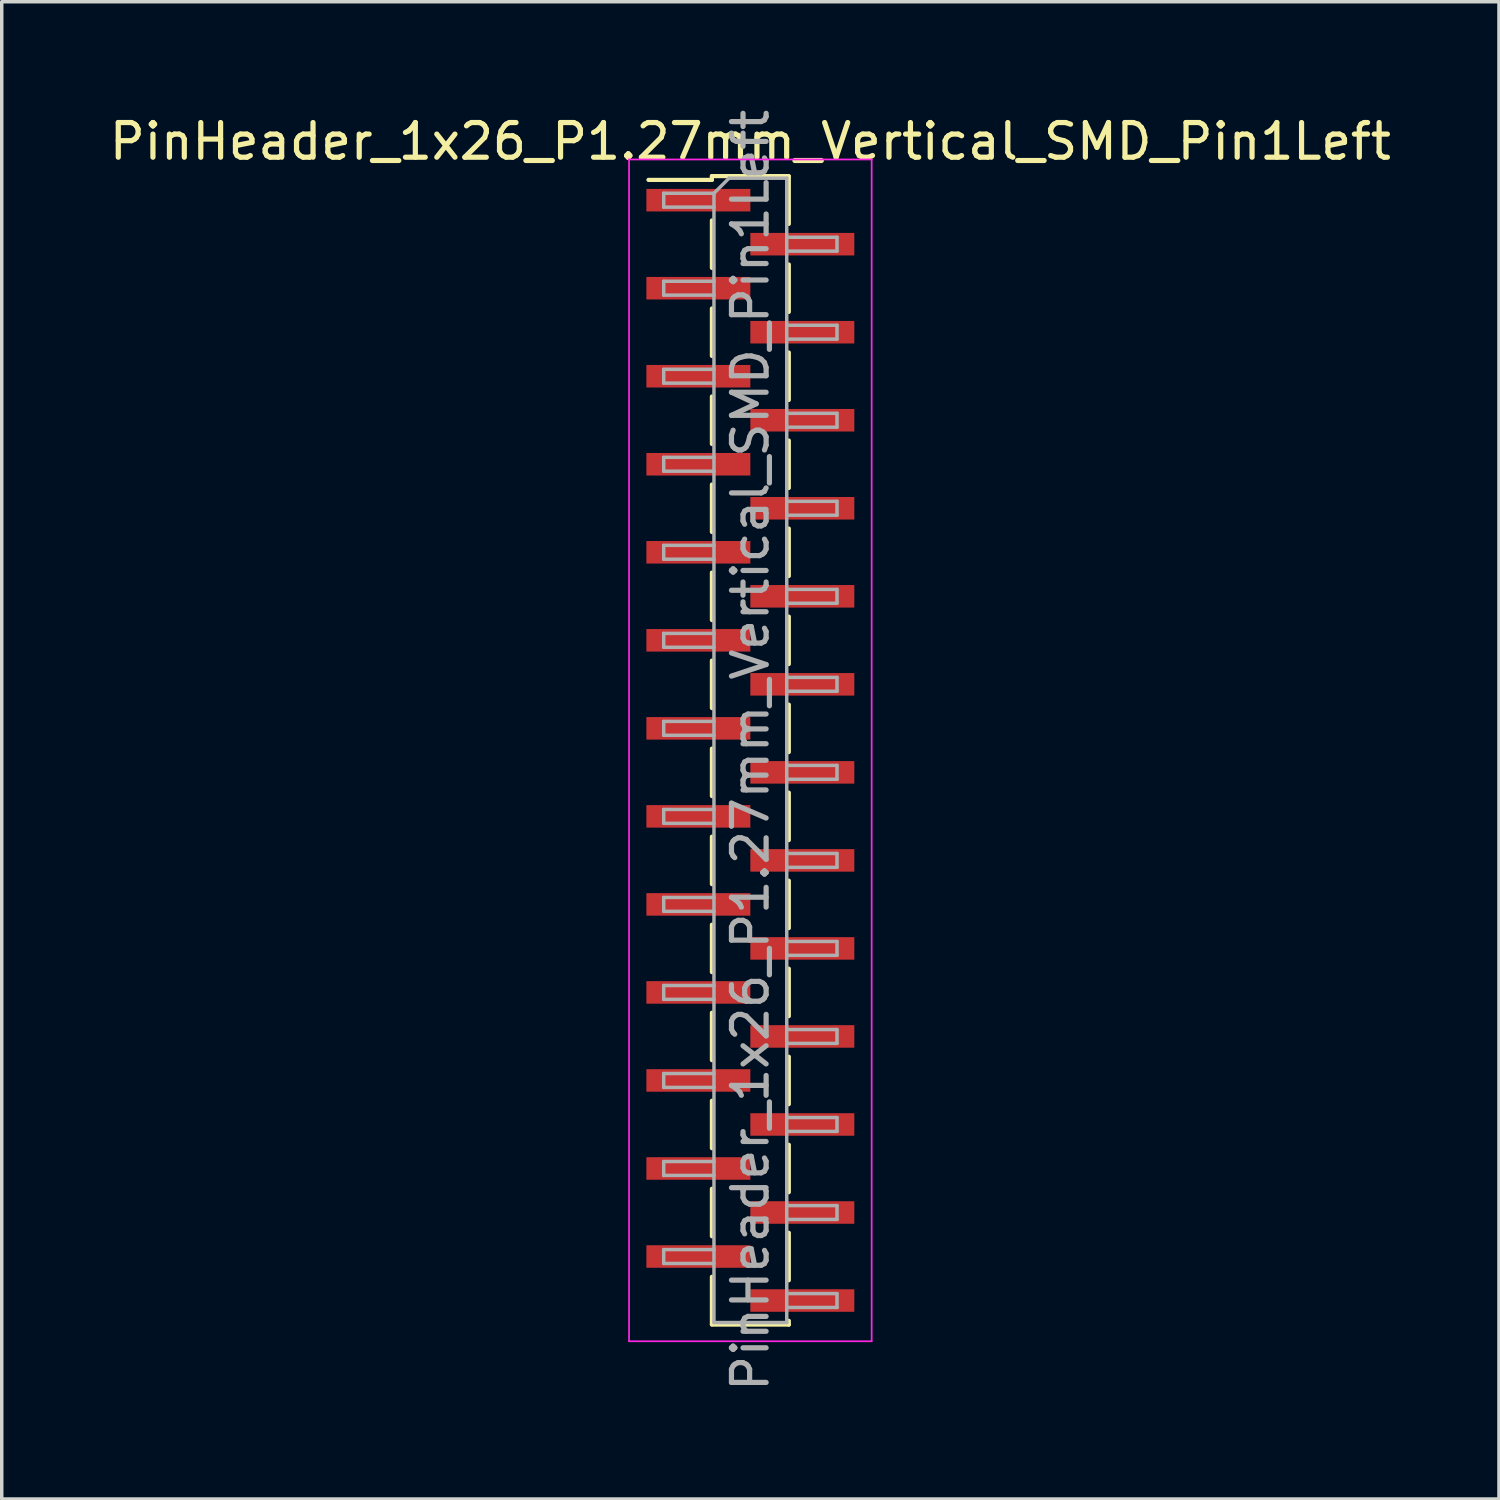
<source format=kicad_pcb>
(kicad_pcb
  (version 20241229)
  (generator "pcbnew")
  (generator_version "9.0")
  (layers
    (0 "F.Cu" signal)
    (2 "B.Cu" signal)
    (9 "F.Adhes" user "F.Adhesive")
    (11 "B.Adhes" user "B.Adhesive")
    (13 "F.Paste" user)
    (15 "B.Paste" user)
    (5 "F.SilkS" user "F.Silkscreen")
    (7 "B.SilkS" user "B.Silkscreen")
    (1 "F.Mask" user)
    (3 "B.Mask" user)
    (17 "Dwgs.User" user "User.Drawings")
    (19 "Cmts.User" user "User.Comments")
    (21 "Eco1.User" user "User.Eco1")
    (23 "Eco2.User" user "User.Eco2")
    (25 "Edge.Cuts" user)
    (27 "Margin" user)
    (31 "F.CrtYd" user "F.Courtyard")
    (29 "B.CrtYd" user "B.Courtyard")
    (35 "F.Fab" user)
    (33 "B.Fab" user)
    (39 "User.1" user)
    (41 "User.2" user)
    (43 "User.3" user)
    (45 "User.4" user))
  (footprint "PinHeader_1x26_P1.27mm_Vertical_SMD_Pin1Left"
    (layer "F.Cu")
    (at 18.601 18.601)
    (property "Reference" "PinHeader_1x26_P1.27mm_Vertical_SMD_Pin1Left" (at 0 -17.57 0) (layer "F.SilkS") (effects (font (size 1 1) (thickness 0.15))))
    (attr smd)
    (fp_line (start -1.11 -16.57) (end -1.11 -16.46) (stroke (width 0.12) (type solid)) (layer "F.SilkS"))
    (fp_line (start -1.11 -16.57) (end 1.11 -16.57) (stroke (width 0.12) (type solid)) (layer "F.SilkS"))
    (fp_line (start -1.11 -16.46) (end -2.94 -16.46) (stroke (width 0.12) (type solid)) (layer "F.SilkS"))
    (fp_line (start -1.11 -15.29) (end -1.11 -13.92) (stroke (width 0.12) (type solid)) (layer "F.SilkS"))
    (fp_line (start -1.11 -12.75) (end -1.11 -11.38) (stroke (width 0.12) (type solid)) (layer "F.SilkS"))
    (fp_line (start -1.11 -10.21) (end -1.11 -8.84) (stroke (width 0.12) (type solid)) (layer "F.SilkS"))
    (fp_line (start -1.11 -7.67) (end -1.11 -6.3) (stroke (width 0.12) (type solid)) (layer "F.SilkS"))
    (fp_line (start -1.11 -5.13) (end -1.11 -3.76) (stroke (width 0.12) (type solid)) (layer "F.SilkS"))
    (fp_line (start -1.11 -2.59) (end -1.11 -1.22) (stroke (width 0.12) (type solid)) (layer "F.SilkS"))
    (fp_line (start -1.11 -0.05) (end -1.11 1.32) (stroke (width 0.12) (type solid)) (layer "F.SilkS"))
    (fp_line (start -1.11 2.49) (end -1.11 3.86) (stroke (width 0.12) (type solid)) (layer "F.SilkS"))
    (fp_line (start -1.11 5.03) (end -1.11 6.4) (stroke (width 0.12) (type solid)) (layer "F.SilkS"))
    (fp_line (start -1.11 7.57) (end -1.11 8.94) (stroke (width 0.12) (type solid)) (layer "F.SilkS"))
    (fp_line (start -1.11 10.11) (end -1.11 11.48) (stroke (width 0.12) (type solid)) (layer "F.SilkS"))
    (fp_line (start -1.11 12.65) (end -1.11 14.02) (stroke (width 0.12) (type solid)) (layer "F.SilkS"))
    (fp_line (start -1.11 15.19) (end -1.11 16.56) (stroke (width 0.12) (type solid)) (layer "F.SilkS"))
    (fp_line (start -1.11 16.57) (end 1.11 16.57) (stroke (width 0.12) (type solid)) (layer "F.SilkS"))
    (fp_line (start 1.11 -16.56) (end 1.11 -15.19) (stroke (width 0.12) (type solid)) (layer "F.SilkS"))
    (fp_line (start 1.11 -14.02) (end 1.11 -12.65) (stroke (width 0.12) (type solid)) (layer "F.SilkS"))
    (fp_line (start 1.11 -11.48) (end 1.11 -10.11) (stroke (width 0.12) (type solid)) (layer "F.SilkS"))
    (fp_line (start 1.11 -8.94) (end 1.11 -7.57) (stroke (width 0.12) (type solid)) (layer "F.SilkS"))
    (fp_line (start 1.11 -6.4) (end 1.11 -5.03) (stroke (width 0.12) (type solid)) (layer "F.SilkS"))
    (fp_line (start 1.11 -3.86) (end 1.11 -2.49) (stroke (width 0.12) (type solid)) (layer "F.SilkS"))
    (fp_line (start 1.11 -1.32) (end 1.11 0.05) (stroke (width 0.12) (type solid)) (layer "F.SilkS"))
    (fp_line (start 1.11 1.22) (end 1.11 2.59) (stroke (width 0.12) (type solid)) (layer "F.SilkS"))
    (fp_line (start 1.11 3.76) (end 1.11 5.13) (stroke (width 0.12) (type solid)) (layer "F.SilkS"))
    (fp_line (start 1.11 6.3) (end 1.11 7.67) (stroke (width 0.12) (type solid)) (layer "F.SilkS"))
    (fp_line (start 1.11 8.84) (end 1.11 10.21) (stroke (width 0.12) (type solid)) (layer "F.SilkS"))
    (fp_line (start 1.11 11.38) (end 1.11 12.75) (stroke (width 0.12) (type solid)) (layer "F.SilkS"))
    (fp_line (start 1.11 13.92) (end 1.11 15.29) (stroke (width 0.12) (type solid)) (layer "F.SilkS"))
    (fp_line (start 1.11 16.46) (end 1.11 16.57) (stroke (width 0.12) (type solid)) (layer "F.SilkS"))
    (fp_line (start -3.5 -17.05) (end -3.5 17.05) (stroke (width 0.05) (type solid)) (layer "F.CrtYd"))
    (fp_line (start -3.5 17.05) (end 3.5 17.05) (stroke (width 0.05) (type solid)) (layer "F.CrtYd"))
    (fp_line (start 3.5 -17.05) (end -3.5 -17.05) (stroke (width 0.05) (type solid)) (layer "F.CrtYd"))
    (fp_line (start 3.5 17.05) (end 3.5 -17.05) (stroke (width 0.05) (type solid)) (layer "F.CrtYd"))
    (fp_line (start -2.5 -16.075) (end -2.5 -15.675) (stroke (width 0.1) (type solid)) (layer "F.Fab"))
    (fp_line (start -2.5 -15.675) (end -1.05 -15.675) (stroke (width 0.1) (type solid)) (layer "F.Fab"))
    (fp_line (start -2.5 -13.535) (end -2.5 -13.135) (stroke (width 0.1) (type solid)) (layer "F.Fab"))
    (fp_line (start -2.5 -13.135) (end -1.05 -13.135) (stroke (width 0.1) (type solid)) (layer "F.Fab"))
    (fp_line (start -2.5 -10.995) (end -2.5 -10.595) (stroke (width 0.1) (type solid)) (layer "F.Fab"))
    (fp_line (start -2.5 -10.595) (end -1.05 -10.595) (stroke (width 0.1) (type solid)) (layer "F.Fab"))
    (fp_line (start -2.5 -8.455) (end -2.5 -8.055) (stroke (width 0.1) (type solid)) (layer "F.Fab"))
    (fp_line (start -2.5 -8.055) (end -1.05 -8.055) (stroke (width 0.1) (type solid)) (layer "F.Fab"))
    (fp_line (start -2.5 -5.915) (end -2.5 -5.515) (stroke (width 0.1) (type solid)) (layer "F.Fab"))
    (fp_line (start -2.5 -5.515) (end -1.05 -5.515) (stroke (width 0.1) (type solid)) (layer "F.Fab"))
    (fp_line (start -2.5 -3.375) (end -2.5 -2.975) (stroke (width 0.1) (type solid)) (layer "F.Fab"))
    (fp_line (start -2.5 -2.975) (end -1.05 -2.975) (stroke (width 0.1) (type solid)) (layer "F.Fab"))
    (fp_line (start -2.5 -0.835) (end -2.5 -0.435) (stroke (width 0.1) (type solid)) (layer "F.Fab"))
    (fp_line (start -2.5 -0.435) (end -1.05 -0.435) (stroke (width 0.1) (type solid)) (layer "F.Fab"))
    (fp_line (start -2.5 1.705) (end -2.5 2.105) (stroke (width 0.1) (type solid)) (layer "F.Fab"))
    (fp_line (start -2.5 2.105) (end -1.05 2.105) (stroke (width 0.1) (type solid)) (layer "F.Fab"))
    (fp_line (start -2.5 4.245) (end -2.5 4.645) (stroke (width 0.1) (type solid)) (layer "F.Fab"))
    (fp_line (start -2.5 4.645) (end -1.05 4.645) (stroke (width 0.1) (type solid)) (layer "F.Fab"))
    (fp_line (start -2.5 6.785) (end -2.5 7.185) (stroke (width 0.1) (type solid)) (layer "F.Fab"))
    (fp_line (start -2.5 7.185) (end -1.05 7.185) (stroke (width 0.1) (type solid)) (layer "F.Fab"))
    (fp_line (start -2.5 9.325) (end -2.5 9.725) (stroke (width 0.1) (type solid)) (layer "F.Fab"))
    (fp_line (start -2.5 9.725) (end -1.05 9.725) (stroke (width 0.1) (type solid)) (layer "F.Fab"))
    (fp_line (start -2.5 11.865) (end -2.5 12.265) (stroke (width 0.1) (type solid)) (layer "F.Fab"))
    (fp_line (start -2.5 12.265) (end -1.05 12.265) (stroke (width 0.1) (type solid)) (layer "F.Fab"))
    (fp_line (start -2.5 14.405) (end -2.5 14.805) (stroke (width 0.1) (type solid)) (layer "F.Fab"))
    (fp_line (start -2.5 14.805) (end -1.05 14.805) (stroke (width 0.1) (type solid)) (layer "F.Fab"))
    (fp_line (start -1.05 -16.075) (end -2.5 -16.075) (stroke (width 0.1) (type solid)) (layer "F.Fab"))
    (fp_line (start -1.05 -16.075) (end -0.615 -16.51) (stroke (width 0.1) (type solid)) (layer "F.Fab"))
    (fp_line (start -1.05 -13.535) (end -2.5 -13.535) (stroke (width 0.1) (type solid)) (layer "F.Fab"))
    (fp_line (start -1.05 -10.995) (end -2.5 -10.995) (stroke (width 0.1) (type solid)) (layer "F.Fab"))
    (fp_line (start -1.05 -8.455) (end -2.5 -8.455) (stroke (width 0.1) (type solid)) (layer "F.Fab"))
    (fp_line (start -1.05 -5.915) (end -2.5 -5.915) (stroke (width 0.1) (type solid)) (layer "F.Fab"))
    (fp_line (start -1.05 -3.375) (end -2.5 -3.375) (stroke (width 0.1) (type solid)) (layer "F.Fab"))
    (fp_line (start -1.05 -0.835) (end -2.5 -0.835) (stroke (width 0.1) (type solid)) (layer "F.Fab"))
    (fp_line (start -1.05 1.705) (end -2.5 1.705) (stroke (width 0.1) (type solid)) (layer "F.Fab"))
    (fp_line (start -1.05 4.245) (end -2.5 4.245) (stroke (width 0.1) (type solid)) (layer "F.Fab"))
    (fp_line (start -1.05 6.785) (end -2.5 6.785) (stroke (width 0.1) (type solid)) (layer "F.Fab"))
    (fp_line (start -1.05 9.325) (end -2.5 9.325) (stroke (width 0.1) (type solid)) (layer "F.Fab"))
    (fp_line (start -1.05 11.865) (end -2.5 11.865) (stroke (width 0.1) (type solid)) (layer "F.Fab"))
    (fp_line (start -1.05 14.405) (end -2.5 14.405) (stroke (width 0.1) (type solid)) (layer "F.Fab"))
    (fp_line (start -1.05 16.51) (end -1.05 -16.075) (stroke (width 0.1) (type solid)) (layer "F.Fab"))
    (fp_line (start -0.615 -16.51) (end 1.05 -16.51) (stroke (width 0.1) (type solid)) (layer "F.Fab"))
    (fp_line (start 1.05 -16.51) (end 1.05 16.51) (stroke (width 0.1) (type solid)) (layer "F.Fab"))
    (fp_line (start 1.05 -14.805) (end 2.5 -14.805) (stroke (width 0.1) (type solid)) (layer "F.Fab"))
    (fp_line (start 1.05 -12.265) (end 2.5 -12.265) (stroke (width 0.1) (type solid)) (layer "F.Fab"))
    (fp_line (start 1.05 -9.725) (end 2.5 -9.725) (stroke (width 0.1) (type solid)) (layer "F.Fab"))
    (fp_line (start 1.05 -7.185) (end 2.5 -7.185) (stroke (width 0.1) (type solid)) (layer "F.Fab"))
    (fp_line (start 1.05 -4.645) (end 2.5 -4.645) (stroke (width 0.1) (type solid)) (layer "F.Fab"))
    (fp_line (start 1.05 -2.105) (end 2.5 -2.105) (stroke (width 0.1) (type solid)) (layer "F.Fab"))
    (fp_line (start 1.05 0.435) (end 2.5 0.435) (stroke (width 0.1) (type solid)) (layer "F.Fab"))
    (fp_line (start 1.05 2.975) (end 2.5 2.975) (stroke (width 0.1) (type solid)) (layer "F.Fab"))
    (fp_line (start 1.05 5.515) (end 2.5 5.515) (stroke (width 0.1) (type solid)) (layer "F.Fab"))
    (fp_line (start 1.05 8.055) (end 2.5 8.055) (stroke (width 0.1) (type solid)) (layer "F.Fab"))
    (fp_line (start 1.05 10.595) (end 2.5 10.595) (stroke (width 0.1) (type solid)) (layer "F.Fab"))
    (fp_line (start 1.05 13.135) (end 2.5 13.135) (stroke (width 0.1) (type solid)) (layer "F.Fab"))
    (fp_line (start 1.05 15.675) (end 2.5 15.675) (stroke (width 0.1) (type solid)) (layer "F.Fab"))
    (fp_line (start 1.05 16.51) (end -1.05 16.51) (stroke (width 0.1) (type solid)) (layer "F.Fab"))
    (fp_line (start 2.5 -14.805) (end 2.5 -14.405) (stroke (width 0.1) (type solid)) (layer "F.Fab"))
    (fp_line (start 2.5 -14.405) (end 1.05 -14.405) (stroke (width 0.1) (type solid)) (layer "F.Fab"))
    (fp_line (start 2.5 -12.265) (end 2.5 -11.865) (stroke (width 0.1) (type solid)) (layer "F.Fab"))
    (fp_line (start 2.5 -11.865) (end 1.05 -11.865) (stroke (width 0.1) (type solid)) (layer "F.Fab"))
    (fp_line (start 2.5 -9.725) (end 2.5 -9.325) (stroke (width 0.1) (type solid)) (layer "F.Fab"))
    (fp_line (start 2.5 -9.325) (end 1.05 -9.325) (stroke (width 0.1) (type solid)) (layer "F.Fab"))
    (fp_line (start 2.5 -7.185) (end 2.5 -6.785) (stroke (width 0.1) (type solid)) (layer "F.Fab"))
    (fp_line (start 2.5 -6.785) (end 1.05 -6.785) (stroke (width 0.1) (type solid)) (layer "F.Fab"))
    (fp_line (start 2.5 -4.645) (end 2.5 -4.245) (stroke (width 0.1) (type solid)) (layer "F.Fab"))
    (fp_line (start 2.5 -4.245) (end 1.05 -4.245) (stroke (width 0.1) (type solid)) (layer "F.Fab"))
    (fp_line (start 2.5 -2.105) (end 2.5 -1.705) (stroke (width 0.1) (type solid)) (layer "F.Fab"))
    (fp_line (start 2.5 -1.705) (end 1.05 -1.705) (stroke (width 0.1) (type solid)) (layer "F.Fab"))
    (fp_line (start 2.5 0.435) (end 2.5 0.835) (stroke (width 0.1) (type solid)) (layer "F.Fab"))
    (fp_line (start 2.5 0.835) (end 1.05 0.835) (stroke (width 0.1) (type solid)) (layer "F.Fab"))
    (fp_line (start 2.5 2.975) (end 2.5 3.375) (stroke (width 0.1) (type solid)) (layer "F.Fab"))
    (fp_line (start 2.5 3.375) (end 1.05 3.375) (stroke (width 0.1) (type solid)) (layer "F.Fab"))
    (fp_line (start 2.5 5.515) (end 2.5 5.915) (stroke (width 0.1) (type solid)) (layer "F.Fab"))
    (fp_line (start 2.5 5.915) (end 1.05 5.915) (stroke (width 0.1) (type solid)) (layer "F.Fab"))
    (fp_line (start 2.5 8.055) (end 2.5 8.455) (stroke (width 0.1) (type solid)) (layer "F.Fab"))
    (fp_line (start 2.5 8.455) (end 1.05 8.455) (stroke (width 0.1) (type solid)) (layer "F.Fab"))
    (fp_line (start 2.5 10.595) (end 2.5 10.995) (stroke (width 0.1) (type solid)) (layer "F.Fab"))
    (fp_line (start 2.5 10.995) (end 1.05 10.995) (stroke (width 0.1) (type solid)) (layer "F.Fab"))
    (fp_line (start 2.5 13.135) (end 2.5 13.535) (stroke (width 0.1) (type solid)) (layer "F.Fab"))
    (fp_line (start 2.5 13.535) (end 1.05 13.535) (stroke (width 0.1) (type solid)) (layer "F.Fab"))
    (fp_line (start 2.5 15.675) (end 2.5 16.075) (stroke (width 0.1) (type solid)) (layer "F.Fab"))
    (fp_line (start 2.5 16.075) (end 1.05 16.075) (stroke (width 0.1) (type solid)) (layer "F.Fab"))
    (fp_text user "${REFERENCE}" (at 0 0 90) (layer "F.Fab") (effects (font (size 1 1) (thickness 0.15))))
    (pad "1" smd rect (at -1.5 -15.875) (size 3 0.65) (layers "F.Cu" "F.Mask" "F.Paste"))
    (pad "2" smd rect (at 1.5 -14.605) (size 3 0.65) (layers "F.Cu" "F.Mask" "F.Paste"))
    (pad "3" smd rect (at -1.5 -13.335) (size 3 0.65) (layers "F.Cu" "F.Mask" "F.Paste"))
    (pad "4" smd rect (at 1.5 -12.065) (size 3 0.65) (layers "F.Cu" "F.Mask" "F.Paste"))
    (pad "5" smd rect (at -1.5 -10.795) (size 3 0.65) (layers "F.Cu" "F.Mask" "F.Paste"))
    (pad "6" smd rect (at 1.5 -9.525) (size 3 0.65) (layers "F.Cu" "F.Mask" "F.Paste"))
    (pad "7" smd rect (at -1.5 -8.255) (size 3 0.65) (layers "F.Cu" "F.Mask" "F.Paste"))
    (pad "8" smd rect (at 1.5 -6.985) (size 3 0.65) (layers "F.Cu" "F.Mask" "F.Paste"))
    (pad "9" smd rect (at -1.5 -5.715) (size 3 0.65) (layers "F.Cu" "F.Mask" "F.Paste"))
    (pad "10" smd rect (at 1.5 -4.445) (size 3 0.65) (layers "F.Cu" "F.Mask" "F.Paste"))
    (pad "11" smd rect (at -1.5 -3.175) (size 3 0.65) (layers "F.Cu" "F.Mask" "F.Paste"))
    (pad "12" smd rect (at 1.5 -1.905) (size 3 0.65) (layers "F.Cu" "F.Mask" "F.Paste"))
    (pad "13" smd rect (at -1.5 -0.635) (size 3 0.65) (layers "F.Cu" "F.Mask" "F.Paste"))
    (pad "14" smd rect (at 1.5 0.635) (size 3 0.65) (layers "F.Cu" "F.Mask" "F.Paste"))
    (pad "15" smd rect (at -1.5 1.905) (size 3 0.65) (layers "F.Cu" "F.Mask" "F.Paste"))
    (pad "16" smd rect (at 1.5 3.175) (size 3 0.65) (layers "F.Cu" "F.Mask" "F.Paste"))
    (pad "17" smd rect (at -1.5 4.445) (size 3 0.65) (layers "F.Cu" "F.Mask" "F.Paste"))
    (pad "18" smd rect (at 1.5 5.715) (size 3 0.65) (layers "F.Cu" "F.Mask" "F.Paste"))
    (pad "19" smd rect (at -1.5 6.985) (size 3 0.65) (layers "F.Cu" "F.Mask" "F.Paste"))
    (pad "20" smd rect (at 1.5 8.255) (size 3 0.65) (layers "F.Cu" "F.Mask" "F.Paste"))
    (pad "21" smd rect (at -1.5 9.525) (size 3 0.65) (layers "F.Cu" "F.Mask" "F.Paste"))
    (pad "22" smd rect (at 1.5 10.795) (size 3 0.65) (layers "F.Cu" "F.Mask" "F.Paste"))
    (pad "23" smd rect (at -1.5 12.065) (size 3 0.65) (layers "F.Cu" "F.Mask" "F.Paste"))
    (pad "24" smd rect (at 1.5 13.335) (size 3 0.65) (layers "F.Cu" "F.Mask" "F.Paste"))
    (pad "25" smd rect (at -1.5 14.605) (size 3 0.65) (layers "F.Cu" "F.Mask" "F.Paste"))
    (pad "26" smd rect (at 1.5 15.875) (size 3 0.65) (layers "F.Cu" "F.Mask" "F.Paste")))
  (gr_rect
    (start -3 -3)
    (end 40.202 40.202)
    (stroke (width 0.1) (type default))
    (fill no)
    (layer "Edge.Cuts")))
</source>
